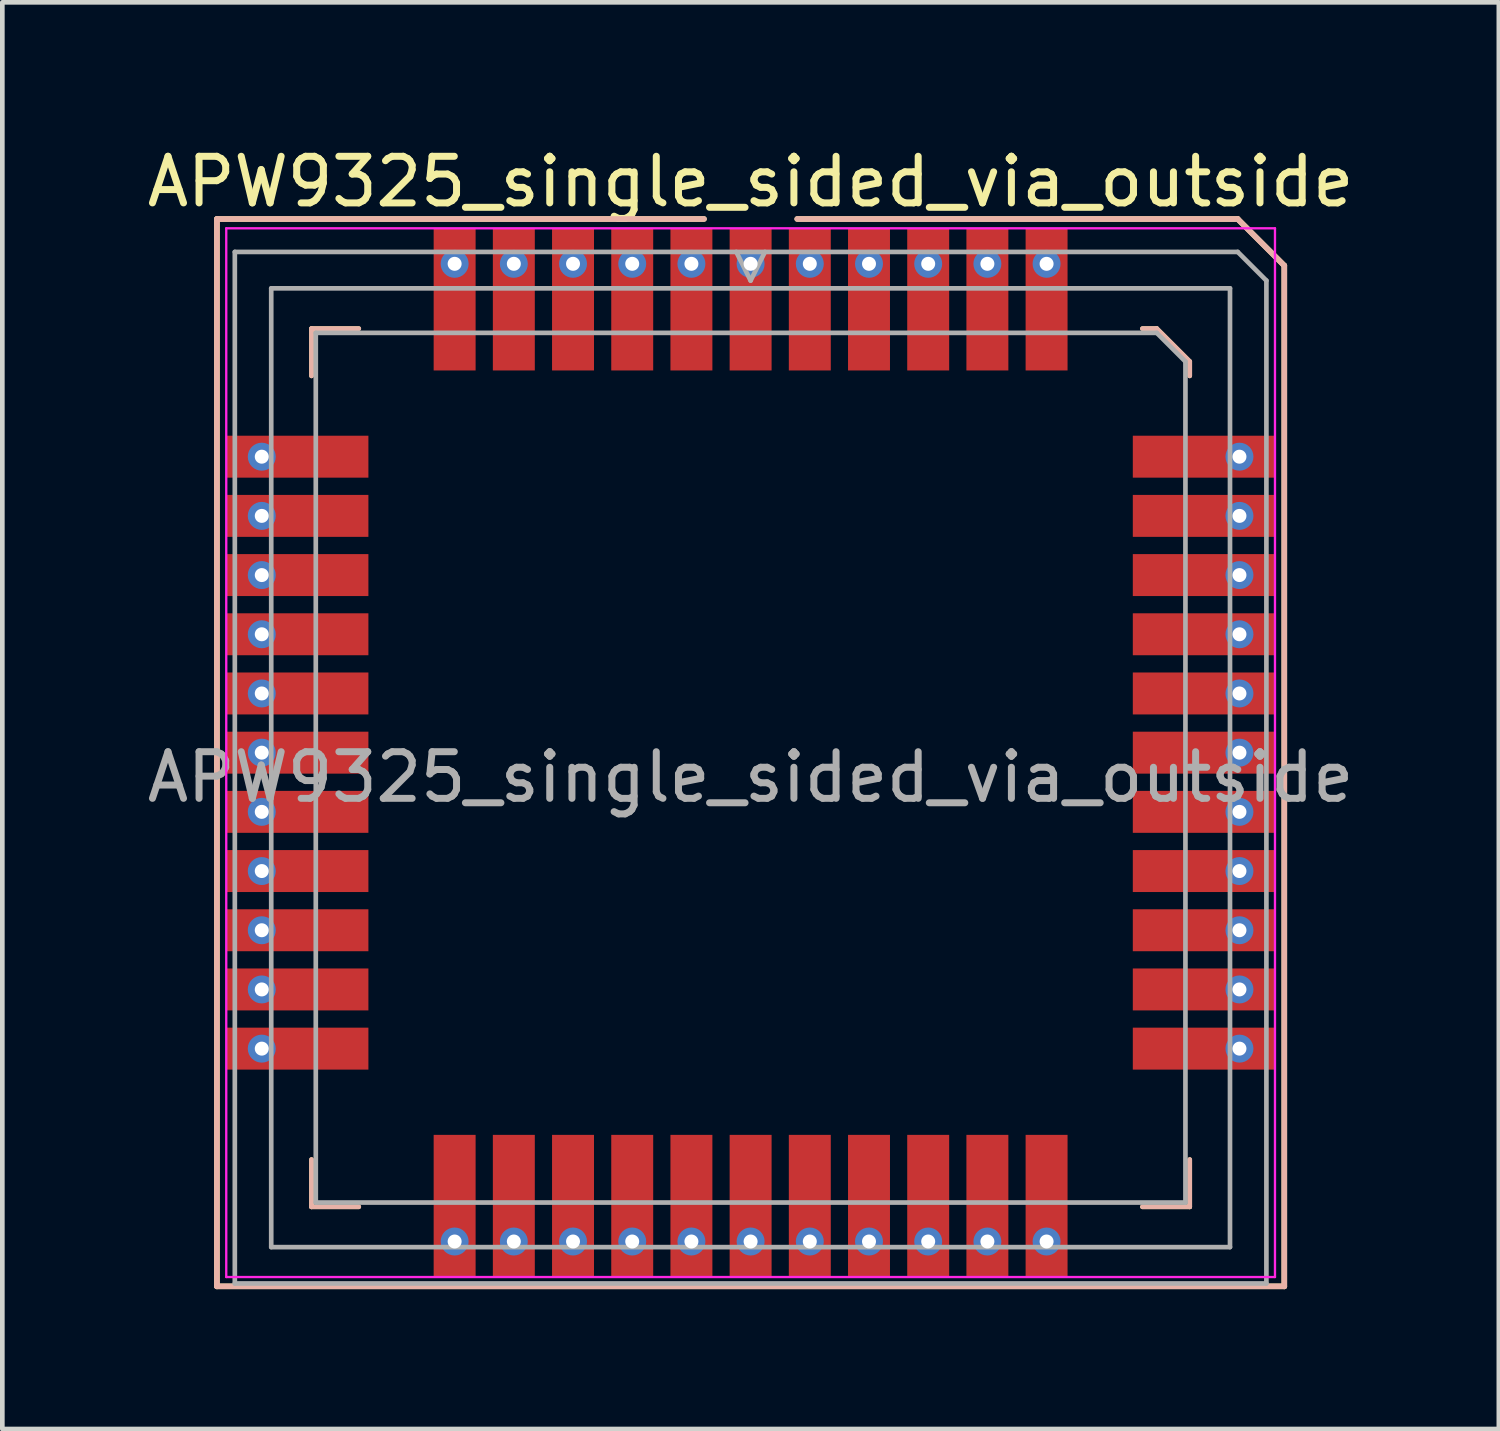
<source format=kicad_pcb>
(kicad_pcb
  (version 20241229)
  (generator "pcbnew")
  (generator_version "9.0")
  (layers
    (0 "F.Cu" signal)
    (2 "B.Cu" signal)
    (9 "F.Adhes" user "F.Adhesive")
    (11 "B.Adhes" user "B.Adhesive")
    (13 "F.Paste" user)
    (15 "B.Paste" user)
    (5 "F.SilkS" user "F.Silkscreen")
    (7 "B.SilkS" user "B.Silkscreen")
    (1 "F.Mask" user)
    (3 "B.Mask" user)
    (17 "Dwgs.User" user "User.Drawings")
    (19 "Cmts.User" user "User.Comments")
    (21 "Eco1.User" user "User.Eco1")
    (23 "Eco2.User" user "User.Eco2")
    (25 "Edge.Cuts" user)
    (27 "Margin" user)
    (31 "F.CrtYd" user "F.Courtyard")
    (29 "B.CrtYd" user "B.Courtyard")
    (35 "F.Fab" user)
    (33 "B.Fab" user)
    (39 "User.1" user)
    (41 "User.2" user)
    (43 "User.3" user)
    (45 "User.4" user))
  (footprint "APW9325_single_sided_via_outside"
    (layer "F.Cu")
    (at 13.054 13.098)
    (property "Reference" "APW9325_single_sided_via_outside" (at 0 -12.25 180) (layer "F.SilkS") (effects (font (size 1 1) (thickness 0.15))))
    (attr smd)
    (fp_line (start -11.45 -11.45) (end -1 -11.45) (stroke (width 0.12) (type solid)) (layer "F.SilkS"))
    (fp_line (start -11.45 11.45) (end -11.45 -11.45) (stroke (width 0.12) (type solid)) (layer "F.SilkS"))
    (fp_line (start -9.421 -9.098) (end -9.421 -8.084) (stroke (width 0.1) (type solid)) (layer "F.SilkS"))
    (fp_line (start -9.421 9.744) (end -9.421 8.73) (stroke (width 0.1) (type solid)) (layer "F.SilkS"))
    (fp_line (start -8.407 -9.098) (end -9.421 -9.098) (stroke (width 0.1) (type solid)) (layer "F.SilkS"))
    (fp_line (start -8.407 9.744) (end -9.421 9.744) (stroke (width 0.1) (type solid)) (layer "F.SilkS"))
    (fp_line (start 1 -11.45) (end 10.45 -11.45) (stroke (width 0.12) (type solid)) (layer "F.SilkS"))
    (fp_line (start 8.407 -9.098) (end 8.714 -9.098) (stroke (width 0.1) (type solid)) (layer "F.SilkS"))
    (fp_line (start 8.407 9.744) (end 9.421 9.744) (stroke (width 0.1) (type solid)) (layer "F.SilkS"))
    (fp_line (start 8.714 -9.098) (end 9.421 -8.391) (stroke (width 0.1) (type solid)) (layer "F.SilkS"))
    (fp_line (start 9.421 -8.391) (end 9.421 -8.084) (stroke (width 0.1) (type solid)) (layer "F.SilkS"))
    (fp_line (start 9.421 9.744) (end 9.421 8.73) (stroke (width 0.1) (type solid)) (layer "F.SilkS"))
    (fp_line (start 10.45 -11.45) (end 11.45 -10.45) (stroke (width 0.12) (type solid)) (layer "F.SilkS"))
    (fp_line (start 11.45 -10.45) (end 11.45 11.45) (stroke (width 0.12) (type solid)) (layer "F.SilkS"))
    (fp_line (start 11.45 11.45) (end -11.45 11.45) (stroke (width 0.12) (type solid)) (layer "F.SilkS"))
    (fp_line (start -11.45 -11.45) (end -1 -11.45) (stroke (width 0.12) (type solid)) (layer "B.SilkS"))
    (fp_line (start -11.45 11.45) (end -11.45 -11.45) (stroke (width 0.12) (type solid)) (layer "B.SilkS"))
    (fp_line (start -9.421 -9.098) (end -9.421 -8.084) (stroke (width 0.1) (type solid)) (layer "B.SilkS"))
    (fp_line (start -9.421 9.744) (end -9.421 8.73) (stroke (width 0.1) (type solid)) (layer "B.SilkS"))
    (fp_line (start -8.407 -9.098) (end -9.421 -9.098) (stroke (width 0.1) (type solid)) (layer "B.SilkS"))
    (fp_line (start -8.407 9.744) (end -9.421 9.744) (stroke (width 0.1) (type solid)) (layer "B.SilkS"))
    (fp_line (start 1 -11.45) (end 10.45 -11.45) (stroke (width 0.12) (type solid)) (layer "B.SilkS"))
    (fp_line (start 8.407 -9.098) (end 8.714 -9.098) (stroke (width 0.1) (type solid)) (layer "B.SilkS"))
    (fp_line (start 8.407 9.744) (end 9.421 9.744) (stroke (width 0.1) (type solid)) (layer "B.SilkS"))
    (fp_line (start 8.714 -9.098) (end 9.421 -8.391) (stroke (width 0.1) (type solid)) (layer "B.SilkS"))
    (fp_line (start 9.421 -8.391) (end 9.421 -8.084) (stroke (width 0.1) (type solid)) (layer "B.SilkS"))
    (fp_line (start 9.421 9.744) (end 9.421 8.73) (stroke (width 0.1) (type solid)) (layer "B.SilkS"))
    (fp_line (start 10.45 -11.45) (end 11.45 -10.45) (stroke (width 0.12) (type solid)) (layer "B.SilkS"))
    (fp_line (start 11.45 -10.45) (end 11.45 11.45) (stroke (width 0.12) (type solid)) (layer "B.SilkS"))
    (fp_line (start 11.45 11.45) (end -11.45 11.45) (stroke (width 0.12) (type solid)) (layer "B.SilkS"))
    (fp_line (start -11.25 -11.25) (end 11.25 -11.25) (stroke (width 0.05) (type solid)) (layer "F.CrtYd"))
    (fp_line (start -11.25 11.25) (end -11.25 -11.25) (stroke (width 0.05) (type solid)) (layer "F.CrtYd"))
    (fp_line (start 11.25 -11.25) (end 11.25 11.25) (stroke (width 0.05) (type solid)) (layer "F.CrtYd"))
    (fp_line (start 11.25 11.25) (end -11.25 11.25) (stroke (width 0.05) (type solid)) (layer "F.CrtYd"))
    (fp_line (start -11.066 -10.743) (end 10.451 -10.743) (stroke (width 0.1) (type solid)) (layer "F.Fab"))
    (fp_line (start -11.066 11.388) (end -11.066 -10.743) (stroke (width 0.1) (type solid)) (layer "F.Fab"))
    (fp_line (start -10.285 -9.962) (end 10.285 -9.962) (stroke (width 0.1) (type solid)) (layer "F.Fab"))
    (fp_line (start -10.285 10.608) (end -10.285 -9.962) (stroke (width 0.1) (type solid)) (layer "F.Fab"))
    (fp_line (start -9.329 -9.006) (end 8.714 -9.006) (stroke (width 0.1) (type solid)) (layer "F.Fab"))
    (fp_line (start -9.329 9.652) (end -9.329 -9.006) (stroke (width 0.1) (type solid)) (layer "F.Fab"))
    (fp_line (start 0 -10.128) (end -0.307 -10.743) (stroke (width 0.1) (type solid)) (layer "F.Fab"))
    (fp_line (start 0.307 -10.743) (end 0 -10.128) (stroke (width 0.1) (type solid)) (layer "F.Fab"))
    (fp_line (start 8.714 -9.006) (end 9.329 -8.391) (stroke (width 0.1) (type solid)) (layer "F.Fab"))
    (fp_line (start 9.329 -8.391) (end 9.329 9.652) (stroke (width 0.1) (type solid)) (layer "F.Fab"))
    (fp_line (start 9.329 9.652) (end -9.329 9.652) (stroke (width 0.1) (type solid)) (layer "F.Fab"))
    (fp_line (start 10.285 -9.962) (end 10.285 10.608) (stroke (width 0.1) (type solid)) (layer "F.Fab"))
    (fp_line (start 10.285 10.608) (end -10.285 10.608) (stroke (width 0.1) (type solid)) (layer "F.Fab"))
    (fp_line (start 10.451 -10.743) (end 11.066 -10.128) (stroke (width 0.1) (type solid)) (layer "F.Fab"))
    (fp_line (start 11.066 -10.128) (end 11.066 11.388) (stroke (width 0.1) (type solid)) (layer "F.Fab"))
    (fp_line (start 11.066 11.388) (end -11.066 11.388) (stroke (width 0.1) (type solid)) (layer "F.Fab"))
    (fp_text user "${REFERENCE}" (at 0 0.525 180) (layer "F.Fab") (effects (font (size 1 1) (thickness 0.15))))
    (pad "" thru_hole circle (at -10.488 -6.35) (size 0.6 0.6) (drill 0.3) (layers "*.Cu" "*.Mask"))
    (pad "" thru_hole circle (at -10.488 -5.08) (size 0.6 0.6) (drill 0.3) (layers "*.Cu" "*.Mask"))
    (pad "" thru_hole circle (at -10.488 -3.81) (size 0.6 0.6) (drill 0.3) (layers "*.Cu" "*.Mask"))
    (pad "" thru_hole circle (at -10.488 -2.54) (size 0.6 0.6) (drill 0.3) (layers "*.Cu" "*.Mask"))
    (pad "" thru_hole circle (at -10.488 -1.27) (size 0.6 0.6) (drill 0.3) (layers "*.Cu" "*.Mask"))
    (pad "" thru_hole circle (at -10.488 0) (size 0.6 0.6) (drill 0.3) (layers "*.Cu" "*.Mask"))
    (pad "" thru_hole circle (at -10.488 1.27) (size 0.6 0.6) (drill 0.3) (layers "*.Cu" "*.Mask"))
    (pad "" thru_hole circle (at -10.488 2.54) (size 0.6 0.6) (drill 0.3) (layers "*.Cu" "*.Mask"))
    (pad "" thru_hole circle (at -10.488 3.81) (size 0.6 0.6) (drill 0.3) (layers "*.Cu" "*.Mask"))
    (pad "" thru_hole circle (at -10.488 5.08) (size 0.6 0.6) (drill 0.3) (layers "*.Cu" "*.Mask"))
    (pad "" thru_hole circle (at -10.488 6.35) (size 0.6 0.6) (drill 0.3) (layers "*.Cu" "*.Mask"))
    (pad "" thru_hole circle (at -6.35 -10.488) (size 0.6 0.6) (drill 0.3) (layers "*.Cu" "*.Mask"))
    (pad "" thru_hole circle (at -6.35 10.488) (size 0.6 0.6) (drill 0.3) (layers "*.Cu" "*.Mask"))
    (pad "" thru_hole circle (at -5.08 -10.488) (size 0.6 0.6) (drill 0.3) (layers "*.Cu" "*.Mask"))
    (pad "" thru_hole circle (at -5.08 10.488) (size 0.6 0.6) (drill 0.3) (layers "*.Cu" "*.Mask"))
    (pad "" thru_hole circle (at -3.81 -10.488) (size 0.6 0.6) (drill 0.3) (layers "*.Cu" "*.Mask"))
    (pad "" thru_hole circle (at -3.81 10.488) (size 0.6 0.6) (drill 0.3) (layers "*.Cu" "*.Mask"))
    (pad "" thru_hole circle (at -2.54 -10.488) (size 0.6 0.6) (drill 0.3) (layers "*.Cu" "*.Mask"))
    (pad "" thru_hole circle (at -2.54 10.488) (size 0.6 0.6) (drill 0.3) (layers "*.Cu" "*.Mask"))
    (pad "" thru_hole circle (at -1.27 -10.488) (size 0.6 0.6) (drill 0.3) (layers "*.Cu" "*.Mask"))
    (pad "" thru_hole circle (at -1.27 10.488) (size 0.6 0.6) (drill 0.3) (layers "*.Cu" "*.Mask"))
    (pad "" thru_hole circle (at 0 -10.488) (size 0.6 0.6) (drill 0.3) (layers "*.Cu" "*.Mask"))
    (pad "" thru_hole circle (at 0 10.488) (size 0.6 0.6) (drill 0.3) (layers "*.Cu" "*.Mask"))
    (pad "" thru_hole circle (at 1.27 -10.488) (size 0.6 0.6) (drill 0.3) (layers "*.Cu" "*.Mask"))
    (pad "" thru_hole circle (at 1.27 10.488) (size 0.6 0.6) (drill 0.3) (layers "*.Cu" "*.Mask"))
    (pad "" thru_hole circle (at 2.54 -10.488) (size 0.6 0.6) (drill 0.3) (layers "*.Cu" "*.Mask"))
    (pad "" thru_hole circle (at 2.54 10.488) (size 0.6 0.6) (drill 0.3) (layers "*.Cu" "*.Mask"))
    (pad "" thru_hole circle (at 3.81 -10.488) (size 0.6 0.6) (drill 0.3) (layers "*.Cu" "*.Mask"))
    (pad "" thru_hole circle (at 3.81 10.488) (size 0.6 0.6) (drill 0.3) (layers "*.Cu" "*.Mask"))
    (pad "" thru_hole circle (at 5.08 -10.488) (size 0.6 0.6) (drill 0.3) (layers "*.Cu" "*.Mask"))
    (pad "" thru_hole circle (at 5.08 10.488) (size 0.6 0.6) (drill 0.3) (layers "*.Cu" "*.Mask"))
    (pad "" thru_hole circle (at 6.35 -10.488) (size 0.6 0.6) (drill 0.3) (layers "*.Cu" "*.Mask"))
    (pad "" thru_hole circle (at 6.35 10.488) (size 0.6 0.6) (drill 0.3) (layers "*.Cu" "*.Mask"))
    (pad "" thru_hole circle (at 10.488 -6.35) (size 0.6 0.6) (drill 0.3) (layers "*.Cu" "*.Mask"))
    (pad "" thru_hole circle (at 10.488 -5.08) (size 0.6 0.6) (drill 0.3) (layers "*.Cu" "*.Mask"))
    (pad "" thru_hole circle (at 10.488 -3.81) (size 0.6 0.6) (drill 0.3) (layers "*.Cu" "*.Mask"))
    (pad "" thru_hole circle (at 10.488 -2.54) (size 0.6 0.6) (drill 0.3) (layers "*.Cu" "*.Mask"))
    (pad "" thru_hole circle (at 10.488 -1.27) (size 0.6 0.6) (drill 0.3) (layers "*.Cu" "*.Mask"))
    (pad "" thru_hole circle (at 10.488 0) (size 0.6 0.6) (drill 0.3) (layers "*.Cu" "*.Mask"))
    (pad "" thru_hole circle (at 10.488 1.27) (size 0.6 0.6) (drill 0.3) (layers "*.Cu" "*.Mask"))
    (pad "" thru_hole circle (at 10.488 2.54) (size 0.6 0.6) (drill 0.3) (layers "*.Cu" "*.Mask"))
    (pad "" thru_hole circle (at 10.488 3.81) (size 0.6 0.6) (drill 0.3) (layers "*.Cu" "*.Mask"))
    (pad "" thru_hole circle (at 10.488 5.08) (size 0.6 0.6) (drill 0.3) (layers "*.Cu" "*.Mask"))
    (pad "" thru_hole circle (at 10.488 6.35) (size 0.6 0.6) (drill 0.3) (layers "*.Cu" "*.Mask"))
    (pad "1" smd rect (at 0 -9.725) (size 0.9 3.05) (layers "F.Cu" "F.Mask" "F.Paste"))
    (pad "2" smd rect (at 1.27 -9.725) (size 0.9 3.05) (layers "F.Cu" "F.Mask" "F.Paste"))
    (pad "3" smd rect (at 2.54 -9.725) (size 0.9 3.05) (layers "F.Cu" "F.Mask" "F.Paste"))
    (pad "4" smd rect (at 3.81 -9.725) (size 0.9 3.05) (layers "F.Cu" "F.Mask" "F.Paste"))
    (pad "5" smd rect (at 5.08 -9.725) (size 0.9 3.05) (layers "F.Cu" "F.Mask" "F.Paste"))
    (pad "6" smd rect (at 6.35 -9.725) (size 0.9 3.05) (layers "F.Cu" "F.Mask" "F.Paste"))
    (pad "7" smd rect (at 9.725 -6.35) (size 3.05 0.9) (layers "F.Cu" "F.Mask" "F.Paste"))
    (pad "8" smd rect (at 9.725 -5.08) (size 3.05 0.9) (layers "F.Cu" "F.Mask" "F.Paste"))
    (pad "9" smd rect (at 9.725 -3.81) (size 3.05 0.9) (layers "F.Cu" "F.Mask" "F.Paste"))
    (pad "10" smd rect (at 9.725 -2.54) (size 3.05 0.9) (layers "F.Cu" "F.Mask" "F.Paste"))
    (pad "11" smd rect (at 9.725 -1.27) (size 3.05 0.9) (layers "F.Cu" "F.Mask" "F.Paste"))
    (pad "12" smd rect (at 9.725 0) (size 3.05 0.9) (layers "F.Cu" "F.Mask" "F.Paste"))
    (pad "13" smd rect (at 9.725 1.27) (size 3.05 0.9) (layers "F.Cu" "F.Mask" "F.Paste"))
    (pad "14" smd rect (at 9.725 2.54) (size 3.05 0.9) (layers "F.Cu" "F.Mask" "F.Paste"))
    (pad "15" smd rect (at 9.725 3.81) (size 3.05 0.9) (layers "F.Cu" "F.Mask" "F.Paste"))
    (pad "16" smd rect (at 9.725 5.08) (size 3.05 0.9) (layers "F.Cu" "F.Mask" "F.Paste"))
    (pad "17" smd rect (at 9.725 6.35) (size 3.05 0.9) (layers "F.Cu" "F.Mask" "F.Paste"))
    (pad "18" smd rect (at 6.35 9.725) (size 0.9 3.05) (layers "F.Cu" "F.Mask" "F.Paste"))
    (pad "19" smd rect (at 5.08 9.725) (size 0.9 3.05) (layers "F.Cu" "F.Mask" "F.Paste"))
    (pad "20" smd rect (at 3.81 9.725) (size 0.9 3.05) (layers "F.Cu" "F.Mask" "F.Paste"))
    (pad "21" smd rect (at 2.54 9.725) (size 0.9 3.05) (layers "F.Cu" "F.Mask" "F.Paste"))
    (pad "22" smd rect (at 1.27 9.725) (size 0.9 3.05) (layers "F.Cu" "F.Mask" "F.Paste"))
    (pad "23" smd rect (at 0 9.725) (size 0.9 3.05) (layers "F.Cu" "F.Mask" "F.Paste"))
    (pad "24" smd rect (at -1.27 9.725) (size 0.9 3.05) (layers "F.Cu" "F.Mask" "F.Paste"))
    (pad "25" smd rect (at -2.54 9.725) (size 0.9 3.05) (layers "F.Cu" "F.Mask" "F.Paste"))
    (pad "26" smd rect (at -3.81 9.725) (size 0.9 3.05) (layers "F.Cu" "F.Mask" "F.Paste"))
    (pad "27" smd rect (at -5.08 9.725) (size 0.9 3.05) (layers "F.Cu" "F.Mask" "F.Paste"))
    (pad "28" smd rect (at -6.35 9.725) (size 0.9 3.05) (layers "F.Cu" "F.Mask" "F.Paste"))
    (pad "29" smd rect (at -9.725 6.35) (size 3.05 0.9) (layers "F.Cu" "F.Mask" "F.Paste"))
    (pad "30" smd rect (at -9.725 5.08) (size 3.05 0.9) (layers "F.Cu" "F.Mask" "F.Paste"))
    (pad "31" smd rect (at -9.725 3.81) (size 3.05 0.9) (layers "F.Cu" "F.Mask" "F.Paste"))
    (pad "32" smd rect (at -9.725 2.54) (size 3.05 0.9) (layers "F.Cu" "F.Mask" "F.Paste"))
    (pad "33" smd rect (at -9.725 1.27) (size 3.05 0.9) (layers "F.Cu" "F.Mask" "F.Paste"))
    (pad "34" smd rect (at -9.725 0) (size 3.05 0.9) (layers "F.Cu" "F.Mask" "F.Paste"))
    (pad "35" smd rect (at -9.725 -1.27) (size 3.05 0.9) (layers "F.Cu" "F.Mask" "F.Paste"))
    (pad "36" smd rect (at -9.725 -2.54) (size 3.05 0.9) (layers "F.Cu" "F.Mask" "F.Paste"))
    (pad "37" smd rect (at -9.725 -3.81) (size 3.05 0.9) (layers "F.Cu" "F.Mask" "F.Paste"))
    (pad "38" smd rect (at -9.725 -5.08) (size 3.05 0.9) (layers "F.Cu" "F.Mask" "F.Paste"))
    (pad "39" smd rect (at -9.725 -6.35) (size 3.05 0.9) (layers "F.Cu" "F.Mask" "F.Paste"))
    (pad "40" smd rect (at -6.35 -9.725) (size 0.9 3.05) (layers "F.Cu" "F.Mask" "F.Paste"))
    (pad "41" smd rect (at -5.08 -9.725) (size 0.9 3.05) (layers "F.Cu" "F.Mask" "F.Paste"))
    (pad "42" smd rect (at -3.81 -9.725) (size 0.9 3.05) (layers "F.Cu" "F.Mask" "F.Paste"))
    (pad "43" smd rect (at -2.54 -9.725) (size 0.9 3.05) (layers "F.Cu" "F.Mask" "F.Paste"))
    (pad "44" smd rect (at -1.27 -9.725) (size 0.9 3.05) (layers "F.Cu" "F.Mask" "F.Paste")))
  (gr_rect
    (start -3 -3)
    (end 29.107 27.608)
    (stroke (width 0.1) (type default))
    (fill no)
    (layer "Edge.Cuts")))
</source>
